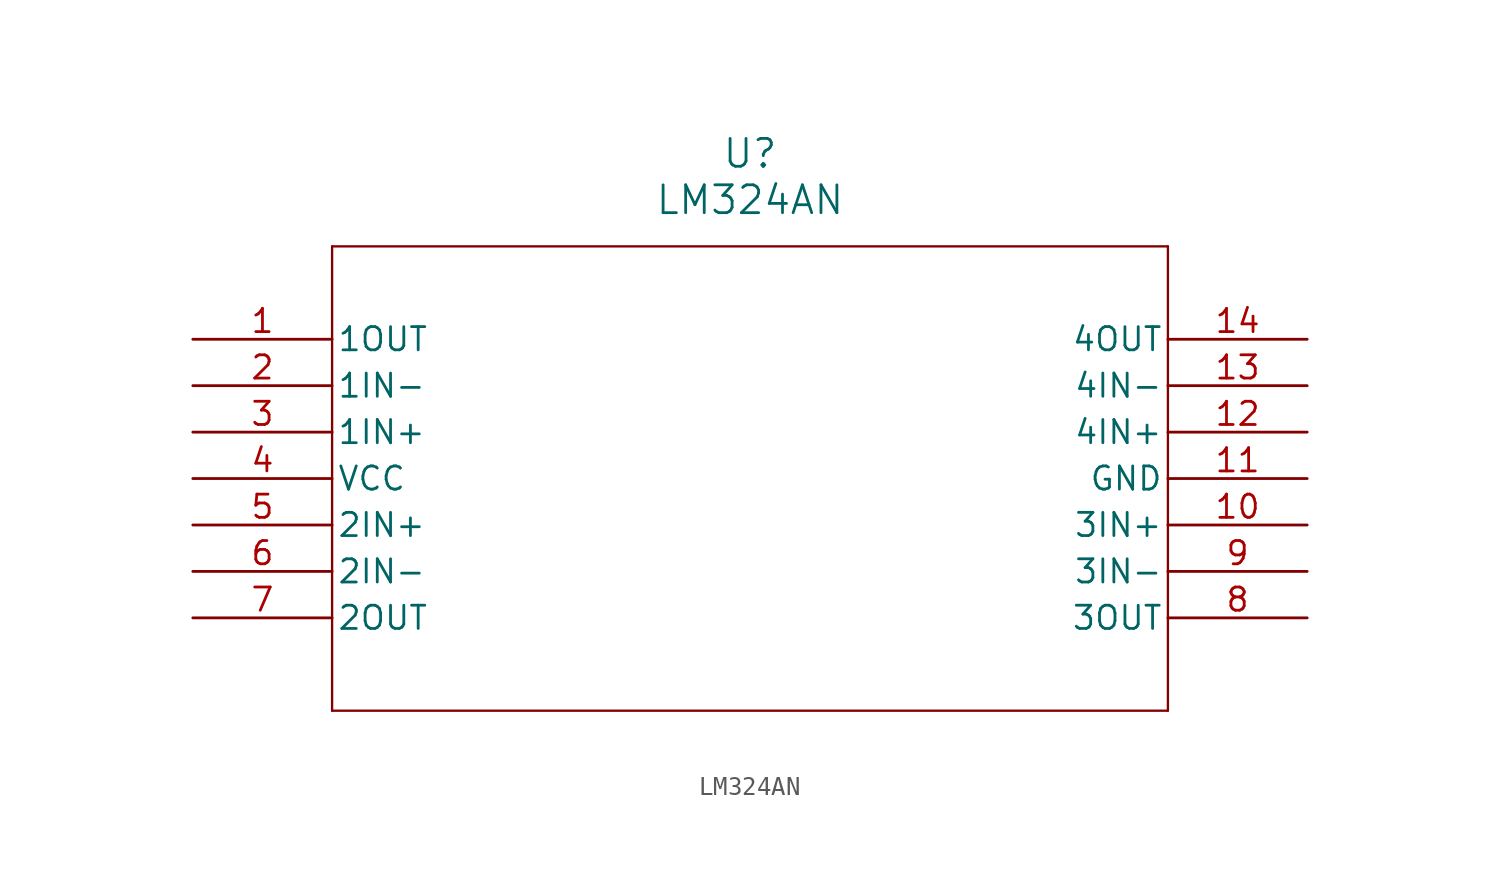
<source format=kicad_sym>
(kicad_symbol_lib
  (version 20211014)
  (generator kicad_symbol_editor)
  (symbol "LM324AN"
    (pin_names
      (offset 0.254))
    (property "Reference" "U"
      (at 30.48 10.16 0)
      (effects (font (size 1.524 1.524))))
    (property "Value" "LM324AN"
      (at 30.48 7.62 0)
      (effects (font (size 1.524 1.524))))
    (symbol "LM324AN_0_1"
      (polyline (pts (xy 7.62 5.08) (xy 7.62 -20.32)) (stroke (width 0.127) (type default) (color 0 0 0 0)) (fill (type none)))
      (polyline (pts (xy 7.62 -20.32) (xy 53.34 -20.32)) (stroke (width 0.127) (type default) (color 0 0 0 0)) (fill (type none)))
      (polyline (pts (xy 53.34 -20.32) (xy 53.34 5.08)) (stroke (width 0.127) (type default) (color 0 0 0 0)) (fill (type none)))
      (polyline (pts (xy 53.34 5.08) (xy 7.62 5.08)) (stroke (width 0.127) (type default) (color 0 0 0 0)) (fill (type none)))
      (pin output line (at 0 0 0) (length 7.62) (name "1OUT" (effects (font (size 1.27 1.27)))) (number "1" (effects (font (size 1.27 1.27)))))
      (pin input line (at 0 -2.54 0) (length 7.62) (name "1IN-" (effects (font (size 1.27 1.27)))) (number "2" (effects (font (size 1.27 1.27)))))
      (pin input line (at 0 -5.08 0) (length 7.62) (name "1IN+" (effects (font (size 1.27 1.27)))) (number "3" (effects (font (size 1.27 1.27)))))
      (pin power_in line (at 0 -7.62 0) (length 7.62) (name "VCC" (effects (font (size 1.27 1.27)))) (number "4" (effects (font (size 1.27 1.27)))))
      (pin input line (at 0 -10.16 0) (length 7.62) (name "2IN+" (effects (font (size 1.27 1.27)))) (number "5" (effects (font (size 1.27 1.27)))))
      (pin input line (at 0 -12.7 0) (length 7.62) (name "2IN-" (effects (font (size 1.27 1.27)))) (number "6" (effects (font (size 1.27 1.27)))))
      (pin output line (at 0 -15.24 0) (length 7.62) (name "2OUT" (effects (font (size 1.27 1.27)))) (number "7" (effects (font (size 1.27 1.27)))))
      (pin output line (at 60.96 -15.24 180) (length 7.62) (name "3OUT" (effects (font (size 1.27 1.27)))) (number "8" (effects (font (size 1.27 1.27)))))
      (pin input line (at 60.96 -12.7 180) (length 7.62) (name "3IN-" (effects (font (size 1.27 1.27)))) (number "9" (effects (font (size 1.27 1.27)))))
      (pin input line (at 60.96 -10.16 180) (length 7.62) (name "3IN+" (effects (font (size 1.27 1.27)))) (number "10" (effects (font (size 1.27 1.27)))))
      (pin power_in line (at 60.96 -7.62 180) (length 7.62) (name "GND" (effects (font (size 1.27 1.27)))) (number "11" (effects (font (size 1.27 1.27)))))
      (pin input line (at 60.96 -5.08 180) (length 7.62) (name "4IN+" (effects (font (size 1.27 1.27)))) (number "12" (effects (font (size 1.27 1.27)))))
      (pin input line (at 60.96 -2.54 180) (length 7.62) (name "4IN-" (effects (font (size 1.27 1.27)))) (number "13" (effects (font (size 1.27 1.27)))))
      (pin output line (at 60.96 0 180) (length 7.62) (name "4OUT" (effects (font (size 1.27 1.27)))) (number "14" (effects (font (size 1.27 1.27))))))))
</source>
